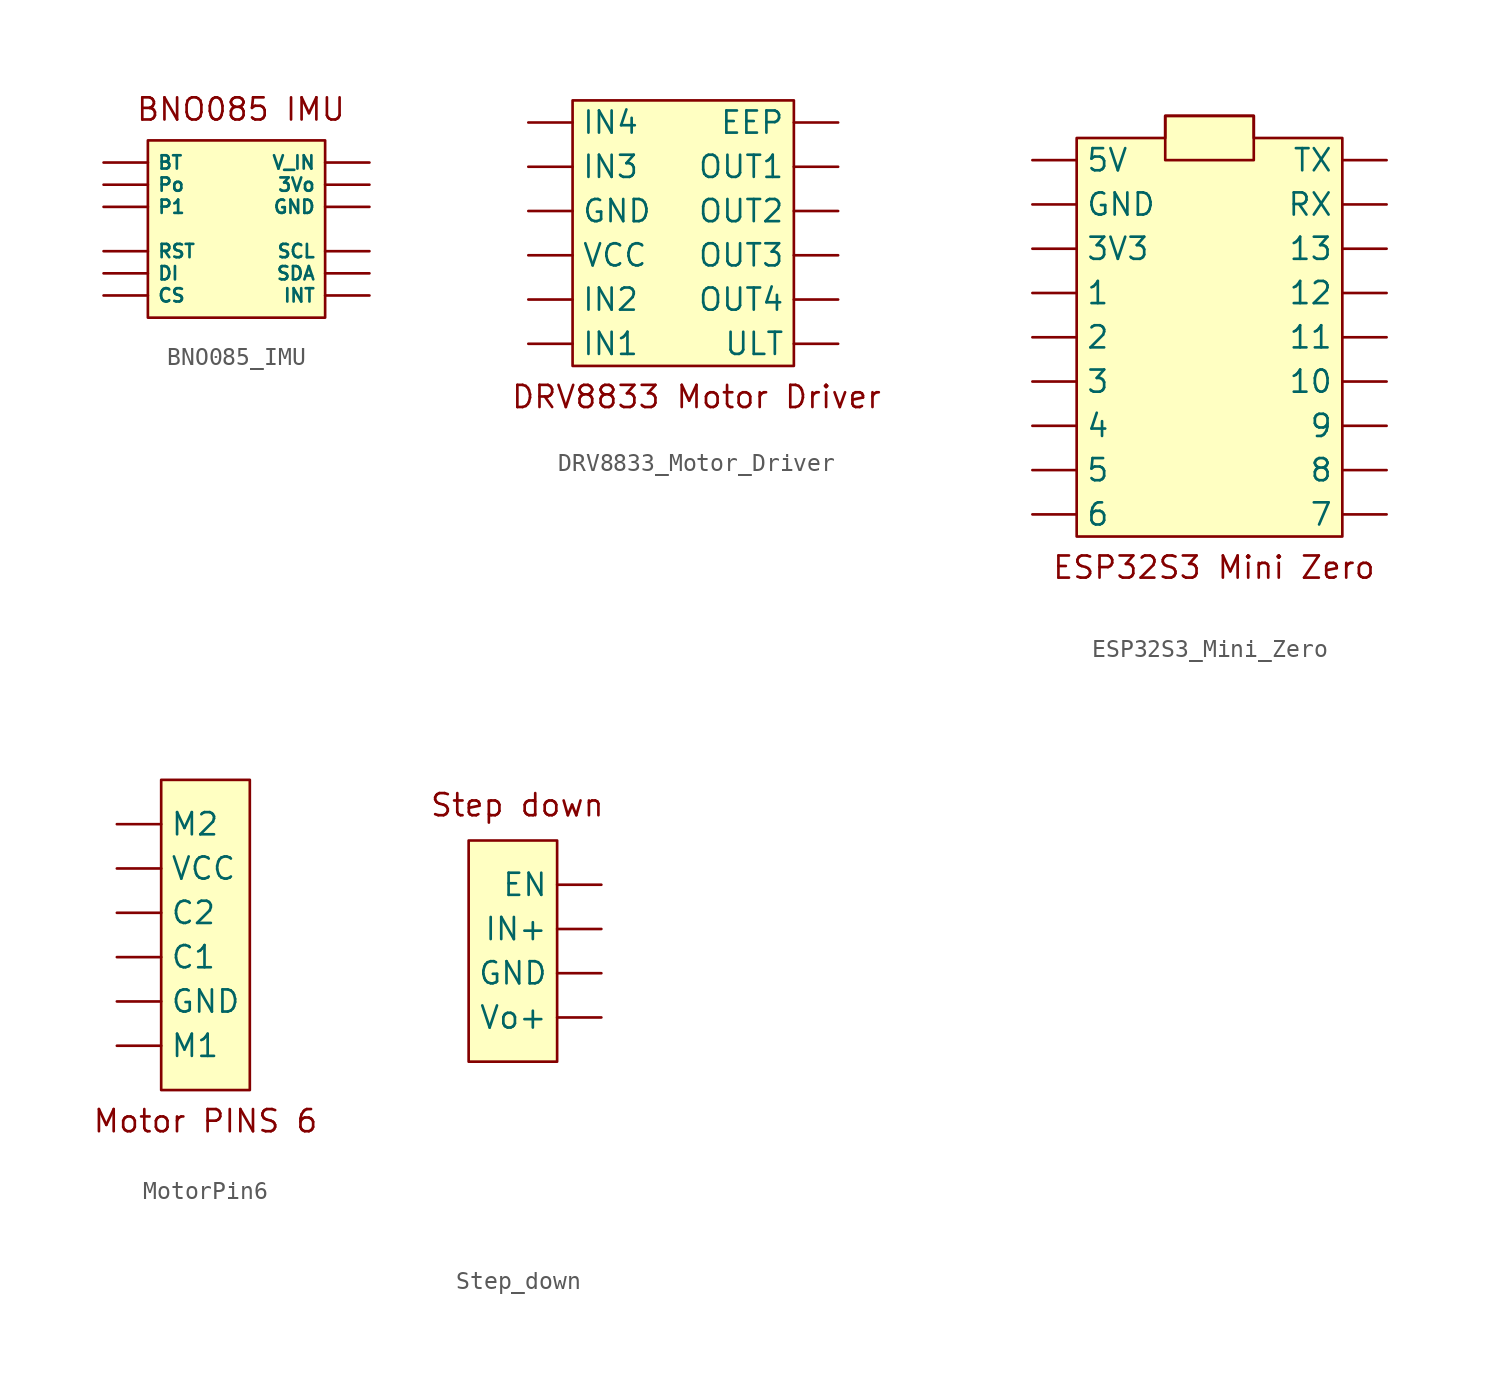
<source format=kicad_sym>
(kicad_symbol_lib
  (version 20241209)
  (generator "kicad_symbol_editor")
  (generator_version "9.0")
  (symbol "BNO085_IMU"
    (property "Reference" "U"
      (at 0 0 0)
      (effects (font (size 1.27 1.27)) (hide yes)))
    (property "Value" ""
      (at 0 0 0)
      (effects (font (size 1.27 1.27))))
    (symbol "BNO085_IMU_1_1"
      (rectangle (start -5.08 5.08) (end 5.08 -5.08) (stroke (width 0) (type solid)) (fill (type background)))
      (text "BNO085 IMU" (at 0.254 6.858 0) (effects (font (size 1.27 1.27))))
      (pin bidirectional line (at -7.62 3.81 0) (length 2.54) (name "BT" (effects (font (size 0.762 0.762)))) (number "" (effects (font (size 1.27 1.27)))))
      (pin bidirectional line (at -7.62 2.54 0) (length 2.54) (name "Po" (effects (font (size 0.762 0.762)))) (number "" (effects (font (size 1.27 1.27)))))
      (pin bidirectional line (at -7.62 1.27 0) (length 2.54) (name "P1" (effects (font (size 0.762 0.762)))) (number "" (effects (font (size 1.27 1.27)))))
      (pin bidirectional line (at -7.62 -1.27 0) (length 2.54) (name "RST" (effects (font (size 0.762 0.762)))) (number "" (effects (font (size 1.27 1.27)))))
      (pin bidirectional line (at -7.62 -2.54 0) (length 2.54) (name "DI" (effects (font (size 0.762 0.762)))) (number "" (effects (font (size 1.27 1.27)))))
      (pin bidirectional line (at -7.62 -3.81 0) (length 2.54) (name "CS" (effects (font (size 0.762 0.762)))) (number "" (effects (font (size 0.762 0.762)))))
      (pin bidirectional line (at 7.62 3.81 180) (length 2.54) (name "V_IN" (effects (font (size 0.762 0.762)))) (number "" (effects (font (size 0.762 0.762)))))
      (pin bidirectional line (at 7.62 2.54 180) (length 2.54) (name "3Vo" (effects (font (size 0.762 0.762)))) (number "" (effects (font (size 1.27 1.27)))))
      (pin bidirectional line (at 7.62 1.27 180) (length 2.54) (name "GND" (effects (font (size 0.762 0.762)))) (number "" (effects (font (size 1.27 1.27)))))
      (pin bidirectional line (at 7.62 -1.27 180) (length 2.54) (name "SCL" (effects (font (size 0.762 0.762)))) (number "" (effects (font (size 1.27 1.27)))))
      (pin bidirectional line (at 7.62 -2.54 180) (length 2.54) (name "SDA" (effects (font (size 0.762 0.762)))) (number "" (effects (font (size 1.27 1.27)))))
      (pin bidirectional line (at 7.62 -3.81 180) (length 2.54) (name "INT" (effects (font (size 0.762 0.762)))) (number "" (effects (font (size 1.27 1.27)))))))
  (symbol "DRV8833_Motor_Driver"
    (property "Reference" "U"
      (at 0 0 0)
      (effects (font (size 1.27 1.27)) (hide yes)))
    (property "Value" ""
      (at 0 0 0)
      (effects (font (size 1.27 1.27))))
    (symbol "DRV8833_Motor_Driver_1_1"
      (rectangle (start -6.35 16.51) (end 6.35 1.27) (stroke (width 0) (type solid)) (fill (type background)))
      (text "DRV8833 Motor Driver" (at 0.762 -0.508 0) (effects (font (size 1.27 1.27))))
      (pin bidirectional line (at -8.89 15.24 0) (length 2.54) (name "IN4" (effects (font (size 1.27 1.27)))) (number "" (effects (font (size 1.27 1.27)))))
      (pin bidirectional line (at -8.89 12.7 0) (length 2.54) (name "IN3" (effects (font (size 1.27 1.27)))) (number "" (effects (font (size 1.27 1.27)))))
      (pin bidirectional line (at -8.89 10.16 0) (length 2.54) (name "GND" (effects (font (size 1.27 1.27)))) (number "" (effects (font (size 1.27 1.27)))))
      (pin bidirectional line (at -8.89 7.62 0) (length 2.54) (name "VCC" (effects (font (size 1.27 1.27)))) (number "" (effects (font (size 1.27 1.27)))))
      (pin bidirectional line (at -8.89 5.08 0) (length 2.54) (name "IN2" (effects (font (size 1.27 1.27)))) (number "" (effects (font (size 1.27 1.27)))))
      (pin bidirectional line (at -8.89 2.54 0) (length 2.54) (name "IN1" (effects (font (size 1.27 1.27)))) (number "" (effects (font (size 1.27 1.27)))))
      (pin bidirectional line (at 8.89 15.24 180) (length 2.54) (name "EEP" (effects (font (size 1.27 1.27)))) (number "" (effects (font (size 1.27 1.27)))))
      (pin bidirectional line (at 8.89 12.7 180) (length 2.54) (name "OUT1" (effects (font (size 1.27 1.27)))) (number "" (effects (font (size 1.27 1.27)))))
      (pin bidirectional line (at 8.89 10.16 180) (length 2.54) (name "OUT2" (effects (font (size 1.27 1.27)))) (number "" (effects (font (size 1.27 1.27)))))
      (pin bidirectional line (at 8.89 7.62 180) (length 2.54) (name "OUT3" (effects (font (size 1.27 1.27)))) (number "" (effects (font (size 1.27 1.27)))))
      (pin bidirectional line (at 8.89 5.08 180) (length 2.54) (name "OUT4" (effects (font (size 1.27 1.27)))) (number "" (effects (font (size 1.27 1.27)))))
      (pin bidirectional line (at 8.89 2.54 180) (length 2.54) (name "ULT" (effects (font (size 1.27 1.27)))) (number "" (effects (font (size 1.27 1.27)))))))
  (symbol "ESP32S3_Mini_Zero"
    (property "Reference" "U"
      (at 2.54 7.62 0)
      (effects (font (size 1.27 1.27)) (hide yes)))
    (property "Value" ""
      (at 0 0 0)
      (effects (font (size 1.27 1.27))))
    (symbol "ESP32S3_Mini_Zero_0_1"
      (rectangle (start -2.54 24.13) (end 2.54 21.59) (stroke (width 0) (type default)) (fill (type none))))
    (symbol "ESP32S3_Mini_Zero_1_1"
      (polyline (pts (xy 2.54 22.86) (xy 7.62 22.86) (xy 7.62 0) (xy -7.62 0) (xy -7.62 22.86) (xy -2.54 22.86) (xy -2.54 24.13) (xy 2.54 24.13) (xy 2.54 22.86)) (stroke (width 0) (type solid)) (fill (type background)))
      (text "ESP32S3 Mini Zero" (at 0.254 -1.778 0) (effects (font (size 1.27 1.27))))
      (pin bidirectional line (at -10.16 21.59 0) (length 2.54) (name "5V" (effects (font (size 1.27 1.27)))) (number "" (effects (font (size 1.27 1.27)))))
      (pin bidirectional line (at -10.16 19.05 0) (length 2.54) (name "GND" (effects (font (size 1.27 1.27)))) (number "" (effects (font (size 1.27 1.27)))))
      (pin bidirectional line (at -10.16 16.51 0) (length 2.54) (name "3V3" (effects (font (size 1.27 1.27)))) (number "" (effects (font (size 1.27 1.27)))))
      (pin bidirectional line (at -10.16 13.97 0) (length 2.54) (name "1" (effects (font (size 1.27 1.27)))) (number "" (effects (font (size 1.27 1.27)))))
      (pin bidirectional line (at -10.16 11.43 0) (length 2.54) (name "2" (effects (font (size 1.27 1.27)))) (number "" (effects (font (size 1.27 1.27)))))
      (pin bidirectional line (at -10.16 8.89 0) (length 2.54) (name "3" (effects (font (size 1.27 1.27)))) (number "" (effects (font (size 1.27 1.27)))))
      (pin bidirectional line (at -10.16 6.35 0) (length 2.54) (name "4" (effects (font (size 1.27 1.27)))) (number "" (effects (font (size 1.27 1.27)))))
      (pin bidirectional line (at -10.16 3.81 0) (length 2.54) (name "5" (effects (font (size 1.27 1.27)))) (number "" (effects (font (size 1.27 1.27)))))
      (pin bidirectional line (at -10.16 1.27 0) (length 2.54) (name "6" (effects (font (size 1.27 1.27)))) (number "" (effects (font (size 1.27 1.27)))))
      (pin bidirectional line (at 10.16 21.59 180) (length 2.54) (name "TX" (effects (font (size 1.27 1.27)))) (number "" (effects (font (size 1.27 1.27)))))
      (pin bidirectional line (at 10.16 19.05 180) (length 2.54) (name "RX" (effects (font (size 1.27 1.27)))) (number "" (effects (font (size 1.27 1.27)))))
      (pin bidirectional line (at 10.16 16.51 180) (length 2.54) (name "13" (effects (font (size 1.27 1.27)))) (number "" (effects (font (size 1.27 1.27)))))
      (pin bidirectional line (at 10.16 13.97 180) (length 2.54) (name "12" (effects (font (size 1.27 1.27)))) (number "" (effects (font (size 1.27 1.27)))))
      (pin bidirectional line (at 10.16 11.43 180) (length 2.54) (name "11" (effects (font (size 1.27 1.27)))) (number "" (effects (font (size 1.27 1.27)))))
      (pin bidirectional line (at 10.16 8.89 180) (length 2.54) (name "10" (effects (font (size 1.27 1.27)))) (number "" (effects (font (size 1.27 1.27)))))
      (pin bidirectional line (at 10.16 6.35 180) (length 2.54) (name "9" (effects (font (size 1.27 1.27)))) (number "" (effects (font (size 1.27 1.27)))))
      (pin bidirectional line (at 10.16 3.81 180) (length 2.54) (name "8" (effects (font (size 1.27 1.27)))) (number "" (effects (font (size 1.27 1.27)))))
      (pin bidirectional line (at 10.16 1.27 180) (length 2.54) (name "7" (effects (font (size 1.27 1.27)))) (number "" (effects (font (size 1.27 1.27)))))))
  (symbol "MotorPin6"
    (property "Reference" "U"
      (at 0 0 0)
      (effects (font (size 1.27 1.27)) (hide yes)))
    (property "Value" ""
      (at 0 0 0)
      (effects (font (size 1.27 1.27))))
    (symbol "MotorPin6_1_1"
      (rectangle (start -2.54 15.24) (end 2.54 -2.54) (stroke (width 0) (type solid)) (fill (type background)))
      (text "Motor PINS 6" (at 0 -4.318 0) (effects (font (size 1.27 1.27))))
      (pin passive line (at -5.08 12.7 0) (length 2.54) (name "M2" (effects (font (size 1.27 1.27)))) (number "" (effects (font (size 1.27 1.27)))))
      (pin passive line (at -5.08 10.16 0) (length 2.54) (name "VCC" (effects (font (size 1.27 1.27)))) (number "" (effects (font (size 1.27 1.27)))))
      (pin passive line (at -5.08 7.62 0) (length 2.54) (name "C2" (effects (font (size 1.27 1.27)))) (number "" (effects (font (size 1.27 1.27)))))
      (pin passive line (at -5.08 5.08 0) (length 2.54) (name "C1" (effects (font (size 1.27 1.27)))) (number "" (effects (font (size 1.27 1.27)))))
      (pin passive line (at -5.08 2.54 0) (length 2.54) (name "GND" (effects (font (size 1.27 1.27)))) (number "" (effects (font (size 1.27 1.27)))))
      (pin passive line (at -5.08 0 0) (length 2.54) (name "M1" (effects (font (size 1.27 1.27)))) (number "" (effects (font (size 1.27 1.27)))))))
  (symbol "Step_down"
    (property "Reference" "U"
      (at -3.048 7.112 0)
      (effects (font (size 1.27 1.27)) (hide yes)))
    (property "Value" ""
      (at 0 0 0)
      (effects (font (size 1.27 1.27))))
    (symbol "Step_down_1_1"
      (rectangle (start -5.08 21.59) (end 0 8.89) (stroke (width 0) (type solid)) (fill (type background)))
      (text "Step down" (at -2.286 23.622 0) (effects (font (size 1.27 1.27))))
      (pin bidirectional line (at 2.54 19.05 180) (length 2.54) (name "EN" (effects (font (size 1.27 1.27)))) (number "" (effects (font (size 1.27 1.27)))))
      (pin bidirectional line (at 2.54 16.51 180) (length 2.54) (name "IN+" (effects (font (size 1.27 1.27)))) (number "" (effects (font (size 1.27 1.27)))))
      (pin bidirectional line (at 2.54 13.97 180) (length 2.54) (name "GND" (effects (font (size 1.27 1.27)))) (number "" (effects (font (size 1.27 1.27)))))
      (pin bidirectional line (at 2.54 11.43 180) (length 2.54) (name "Vo+" (effects (font (size 1.27 1.27)))) (number "" (effects (font (size 1.27 1.27))))))))
</source>
